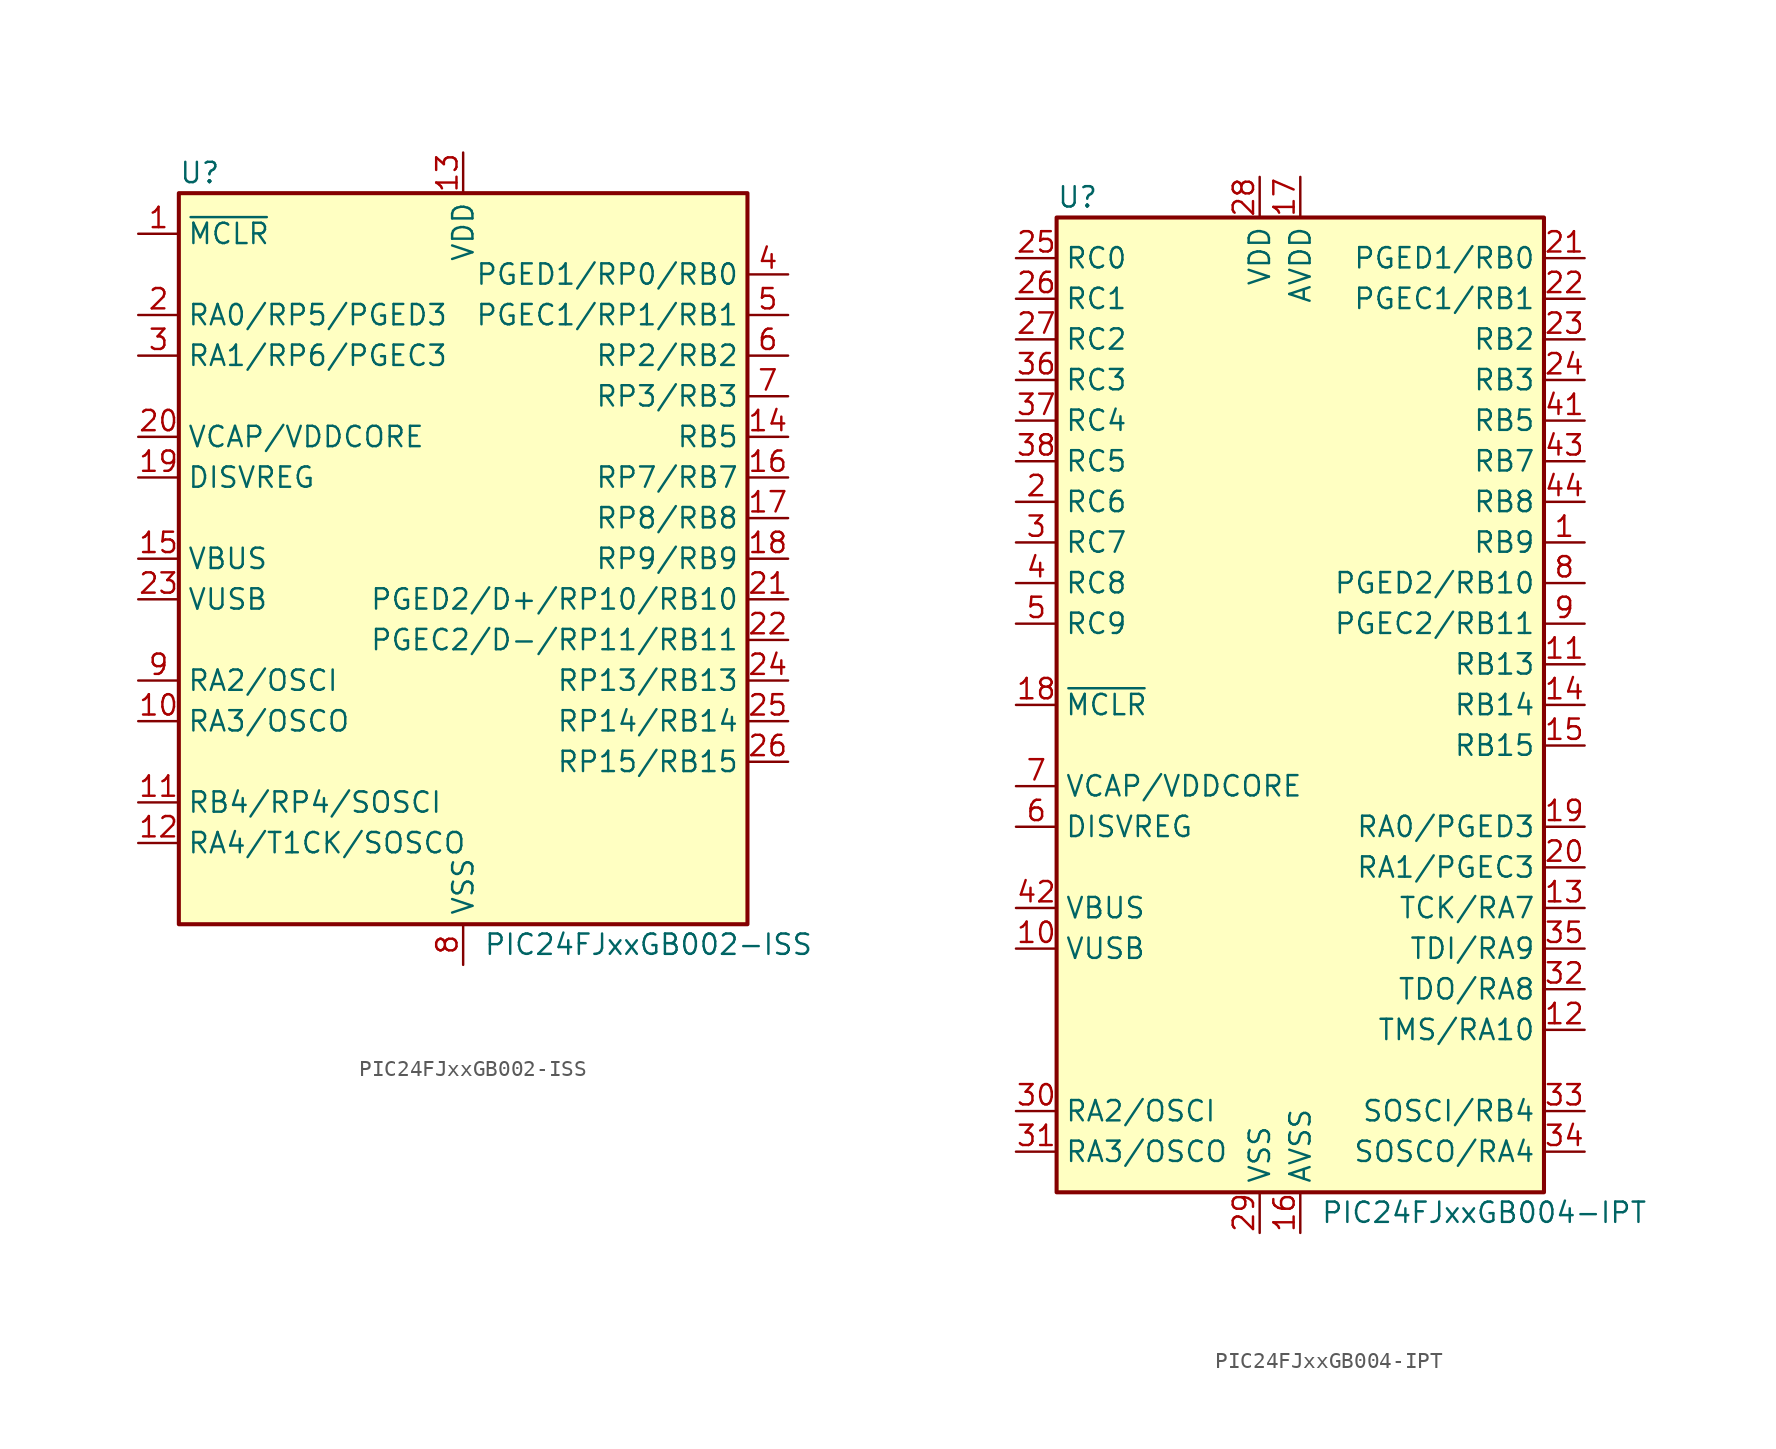
<source format=kicad_sym>
(kicad_symbol_lib
  (version 20231120)
  (generator "kicad_symbol_editor")
  (generator_version "8.0")
  (symbol "PIC24FJxxGB002-ISS"
    (property "Reference" "U"
      (at -17.78 24.13 0)
      (effects (font (size 1.27 1.27)) (justify left)))
    (property "Value" "PIC24FJxxGB002-ISS"
      (at 1.27 -24.13 0)
      (effects (font (size 1.27 1.27)) (justify left)))
    (symbol "PIC24FJxxGB002-ISS_0_1"
      (rectangle (start -17.78 -22.86) (end 17.78 22.86) (stroke (width 0.254) (type default)) (fill (type background))))
    (symbol "PIC24FJxxGB002-ISS_1_1"
      (pin input line (at -20.32 20.32 0) (length 2.54) (name "~{MCLR}" (effects (font (size 1.27 1.27)))) (number "1" (effects (font (size 1.27 1.27)))))
      (pin bidirectional line (at -20.32 -10.16 0) (length 2.54) (name "RA3/OSCO" (effects (font (size 1.27 1.27)))) (number "10" (effects (font (size 1.27 1.27)))))
      (pin bidirectional line (at -20.32 -15.24 0) (length 2.54) (name "RB4/RP4/SOSCI" (effects (font (size 1.27 1.27)))) (number "11" (effects (font (size 1.27 1.27)))))
      (pin bidirectional line (at -20.32 -17.78 0) (length 2.54) (name "RA4/T1CK/SOSCO" (effects (font (size 1.27 1.27)))) (number "12" (effects (font (size 1.27 1.27)))))
      (pin power_in line (at 0 25.4 270) (length 2.54) (name "VDD" (effects (font (size 1.27 1.27)))) (number "13" (effects (font (size 1.27 1.27)))))
      (pin bidirectional line (at 20.32 7.62 180) (length 2.54) (name "RB5" (effects (font (size 1.27 1.27)))) (number "14" (effects (font (size 1.27 1.27)))))
      (pin input line (at -20.32 0 0) (length 2.54) (name "VBUS" (effects (font (size 1.27 1.27)))) (number "15" (effects (font (size 1.27 1.27)))))
      (pin bidirectional line (at 20.32 5.08 180) (length 2.54) (name "RP7/RB7" (effects (font (size 1.27 1.27)))) (number "16" (effects (font (size 1.27 1.27)))))
      (pin bidirectional line (at 20.32 2.54 180) (length 2.54) (name "RP8/RB8" (effects (font (size 1.27 1.27)))) (number "17" (effects (font (size 1.27 1.27)))))
      (pin bidirectional line (at 20.32 0 180) (length 2.54) (name "RP9/RB9" (effects (font (size 1.27 1.27)))) (number "18" (effects (font (size 1.27 1.27)))))
      (pin input line (at -20.32 5.08 0) (length 2.54) (name "DISVREG" (effects (font (size 1.27 1.27)))) (number "19" (effects (font (size 1.27 1.27)))))
      (pin bidirectional line (at -20.32 15.24 0) (length 2.54) (name "RA0/RP5/PGED3" (effects (font (size 1.27 1.27)))) (number "2" (effects (font (size 1.27 1.27)))))
      (pin passive line (at -20.32 7.62 0) (length 2.54) (name "VCAP/VDDCORE" (effects (font (size 1.27 1.27)))) (number "20" (effects (font (size 1.27 1.27)))))
      (pin bidirectional line (at 20.32 -2.54 180) (length 2.54) (name "PGED2/D+/RP10/RB10" (effects (font (size 1.27 1.27)))) (number "21" (effects (font (size 1.27 1.27)))))
      (pin bidirectional line (at 20.32 -5.08 180) (length 2.54) (name "PGEC2/D-/RP11/RB11" (effects (font (size 1.27 1.27)))) (number "22" (effects (font (size 1.27 1.27)))))
      (pin power_in line (at -20.32 -2.54 0) (length 2.54) (name "VUSB" (effects (font (size 1.27 1.27)))) (number "23" (effects (font (size 1.27 1.27)))))
      (pin bidirectional line (at 20.32 -7.62 180) (length 2.54) (name "RP13/RB13" (effects (font (size 1.27 1.27)))) (number "24" (effects (font (size 1.27 1.27)))))
      (pin bidirectional line (at 20.32 -10.16 180) (length 2.54) (name "RP14/RB14" (effects (font (size 1.27 1.27)))) (number "25" (effects (font (size 1.27 1.27)))))
      (pin bidirectional line (at 20.32 -12.7 180) (length 2.54) (name "RP15/RB15" (effects (font (size 1.27 1.27)))) (number "26" (effects (font (size 1.27 1.27)))))
      (pin passive line (at 0 -25.4 90) (length 2.54) hide (name "VSS" (effects (font (size 1.27 1.27)))) (number "27" (effects (font (size 1.27 1.27)))))
      (pin passive line (at 0 25.4 270) (length 2.54) hide (name "VDD" (effects (font (size 1.27 1.27)))) (number "28" (effects (font (size 1.27 1.27)))))
      (pin bidirectional line (at -20.32 12.7 0) (length 2.54) (name "RA1/RP6/PGEC3" (effects (font (size 1.27 1.27)))) (number "3" (effects (font (size 1.27 1.27)))))
      (pin bidirectional line (at 20.32 17.78 180) (length 2.54) (name "PGED1/RP0/RB0" (effects (font (size 1.27 1.27)))) (number "4" (effects (font (size 1.27 1.27)))))
      (pin bidirectional line (at 20.32 15.24 180) (length 2.54) (name "PGEC1/RP1/RB1" (effects (font (size 1.27 1.27)))) (number "5" (effects (font (size 1.27 1.27)))))
      (pin bidirectional line (at 20.32 12.7 180) (length 2.54) (name "RP2/RB2" (effects (font (size 1.27 1.27)))) (number "6" (effects (font (size 1.27 1.27)))))
      (pin bidirectional line (at 20.32 10.16 180) (length 2.54) (name "RP3/RB3" (effects (font (size 1.27 1.27)))) (number "7" (effects (font (size 1.27 1.27)))))
      (pin power_in line (at 0 -25.4 90) (length 2.54) (name "VSS" (effects (font (size 1.27 1.27)))) (number "8" (effects (font (size 1.27 1.27)))))
      (pin bidirectional line (at -20.32 -7.62 0) (length 2.54) (name "RA2/OSCI" (effects (font (size 1.27 1.27)))) (number "9" (effects (font (size 1.27 1.27)))))))
  (symbol "PIC24FJxxGB004-IPT"
    (property "Reference" "U"
      (at -15.24 31.75 0)
      (effects (font (size 1.27 1.27)) (justify left)))
    (property "Value" "PIC24FJxxGB004-IPT"
      (at 1.27 -31.75 0)
      (effects (font (size 1.27 1.27)) (justify left)))
    (symbol "PIC24FJxxGB004-IPT_0_1"
      (rectangle (start -15.24 -30.48) (end 15.24 30.48) (stroke (width 0.254) (type default)) (fill (type background))))
    (symbol "PIC24FJxxGB004-IPT_1_1"
      (pin bidirectional line (at 17.78 10.16 180) (length 2.54) (name "RB9" (effects (font (size 1.27 1.27)))) (number "1" (effects (font (size 1.27 1.27)))))
      (pin power_in line (at -17.78 -15.24 0) (length 2.54) (name "VUSB" (effects (font (size 1.27 1.27)))) (number "10" (effects (font (size 1.27 1.27)))))
      (pin bidirectional line (at 17.78 2.54 180) (length 2.54) (name "RB13" (effects (font (size 1.27 1.27)))) (number "11" (effects (font (size 1.27 1.27)))))
      (pin bidirectional line (at 17.78 -20.32 180) (length 2.54) (name "TMS/RA10" (effects (font (size 1.27 1.27)))) (number "12" (effects (font (size 1.27 1.27)))))
      (pin bidirectional line (at 17.78 -12.7 180) (length 2.54) (name "TCK/RA7" (effects (font (size 1.27 1.27)))) (number "13" (effects (font (size 1.27 1.27)))))
      (pin bidirectional line (at 17.78 0 180) (length 2.54) (name "RB14" (effects (font (size 1.27 1.27)))) (number "14" (effects (font (size 1.27 1.27)))))
      (pin bidirectional line (at 17.78 -2.54 180) (length 2.54) (name "RB15" (effects (font (size 1.27 1.27)))) (number "15" (effects (font (size 1.27 1.27)))))
      (pin power_in line (at 0 -33.02 90) (length 2.54) (name "AVSS" (effects (font (size 1.27 1.27)))) (number "16" (effects (font (size 1.27 1.27)))))
      (pin power_in line (at 0 33.02 270) (length 2.54) (name "AVDD" (effects (font (size 1.27 1.27)))) (number "17" (effects (font (size 1.27 1.27)))))
      (pin input line (at -17.78 0 0) (length 2.54) (name "~{MCLR}" (effects (font (size 1.27 1.27)))) (number "18" (effects (font (size 1.27 1.27)))))
      (pin bidirectional line (at 17.78 -7.62 180) (length 2.54) (name "RA0/PGED3" (effects (font (size 1.27 1.27)))) (number "19" (effects (font (size 1.27 1.27)))))
      (pin bidirectional line (at -17.78 12.7 0) (length 2.54) (name "RC6" (effects (font (size 1.27 1.27)))) (number "2" (effects (font (size 1.27 1.27)))))
      (pin bidirectional line (at 17.78 -10.16 180) (length 2.54) (name "RA1/PGEC3" (effects (font (size 1.27 1.27)))) (number "20" (effects (font (size 1.27 1.27)))))
      (pin bidirectional line (at 17.78 27.94 180) (length 2.54) (name "PGED1/RB0" (effects (font (size 1.27 1.27)))) (number "21" (effects (font (size 1.27 1.27)))))
      (pin bidirectional line (at 17.78 25.4 180) (length 2.54) (name "PGEC1/RB1" (effects (font (size 1.27 1.27)))) (number "22" (effects (font (size 1.27 1.27)))))
      (pin bidirectional line (at 17.78 22.86 180) (length 2.54) (name "RB2" (effects (font (size 1.27 1.27)))) (number "23" (effects (font (size 1.27 1.27)))))
      (pin bidirectional line (at 17.78 20.32 180) (length 2.54) (name "RB3" (effects (font (size 1.27 1.27)))) (number "24" (effects (font (size 1.27 1.27)))))
      (pin bidirectional line (at -17.78 27.94 0) (length 2.54) (name "RC0" (effects (font (size 1.27 1.27)))) (number "25" (effects (font (size 1.27 1.27)))))
      (pin bidirectional line (at -17.78 25.4 0) (length 2.54) (name "RC1" (effects (font (size 1.27 1.27)))) (number "26" (effects (font (size 1.27 1.27)))))
      (pin bidirectional line (at -17.78 22.86 0) (length 2.54) (name "RC2" (effects (font (size 1.27 1.27)))) (number "27" (effects (font (size 1.27 1.27)))))
      (pin power_in line (at -2.54 33.02 270) (length 2.54) (name "VDD" (effects (font (size 1.27 1.27)))) (number "28" (effects (font (size 1.27 1.27)))))
      (pin power_in line (at -2.54 -33.02 90) (length 2.54) (name "VSS" (effects (font (size 1.27 1.27)))) (number "29" (effects (font (size 1.27 1.27)))))
      (pin bidirectional line (at -17.78 10.16 0) (length 2.54) (name "RC7" (effects (font (size 1.27 1.27)))) (number "3" (effects (font (size 1.27 1.27)))))
      (pin bidirectional line (at -17.78 -25.4 0) (length 2.54) (name "RA2/OSCI" (effects (font (size 1.27 1.27)))) (number "30" (effects (font (size 1.27 1.27)))))
      (pin bidirectional line (at -17.78 -27.94 0) (length 2.54) (name "RA3/OSCO" (effects (font (size 1.27 1.27)))) (number "31" (effects (font (size 1.27 1.27)))))
      (pin bidirectional line (at 17.78 -17.78 180) (length 2.54) (name "TDO/RA8" (effects (font (size 1.27 1.27)))) (number "32" (effects (font (size 1.27 1.27)))))
      (pin bidirectional line (at 17.78 -25.4 180) (length 2.54) (name "SOSCI/RB4" (effects (font (size 1.27 1.27)))) (number "33" (effects (font (size 1.27 1.27)))))
      (pin bidirectional line (at 17.78 -27.94 180) (length 2.54) (name "SOSCO/RA4" (effects (font (size 1.27 1.27)))) (number "34" (effects (font (size 1.27 1.27)))))
      (pin bidirectional line (at 17.78 -15.24 180) (length 2.54) (name "TDI/RA9" (effects (font (size 1.27 1.27)))) (number "35" (effects (font (size 1.27 1.27)))))
      (pin bidirectional line (at -17.78 20.32 0) (length 2.54) (name "RC3" (effects (font (size 1.27 1.27)))) (number "36" (effects (font (size 1.27 1.27)))))
      (pin bidirectional line (at -17.78 17.78 0) (length 2.54) (name "RC4" (effects (font (size 1.27 1.27)))) (number "37" (effects (font (size 1.27 1.27)))))
      (pin bidirectional line (at -17.78 15.24 0) (length 2.54) (name "RC5" (effects (font (size 1.27 1.27)))) (number "38" (effects (font (size 1.27 1.27)))))
      (pin passive line (at -2.54 -33.02 90) (length 2.54) hide (name "VSS" (effects (font (size 1.27 1.27)))) (number "39" (effects (font (size 1.27 1.27)))))
      (pin bidirectional line (at -17.78 7.62 0) (length 2.54) (name "RC8" (effects (font (size 1.27 1.27)))) (number "4" (effects (font (size 1.27 1.27)))))
      (pin passive line (at -2.54 33.02 270) (length 2.54) hide (name "VDD" (effects (font (size 1.27 1.27)))) (number "40" (effects (font (size 1.27 1.27)))))
      (pin bidirectional line (at 17.78 17.78 180) (length 2.54) (name "RB5" (effects (font (size 1.27 1.27)))) (number "41" (effects (font (size 1.27 1.27)))))
      (pin input line (at -17.78 -12.7 0) (length 2.54) (name "VBUS" (effects (font (size 1.27 1.27)))) (number "42" (effects (font (size 1.27 1.27)))))
      (pin bidirectional line (at 17.78 15.24 180) (length 2.54) (name "RB7" (effects (font (size 1.27 1.27)))) (number "43" (effects (font (size 1.27 1.27)))))
      (pin bidirectional line (at 17.78 12.7 180) (length 2.54) (name "RB8" (effects (font (size 1.27 1.27)))) (number "44" (effects (font (size 1.27 1.27)))))
      (pin bidirectional line (at -17.78 5.08 0) (length 2.54) (name "RC9" (effects (font (size 1.27 1.27)))) (number "5" (effects (font (size 1.27 1.27)))))
      (pin input line (at -17.78 -7.62 0) (length 2.54) (name "DISVREG" (effects (font (size 1.27 1.27)))) (number "6" (effects (font (size 1.27 1.27)))))
      (pin passive line (at -17.78 -5.08 0) (length 2.54) (name "VCAP/VDDCORE" (effects (font (size 1.27 1.27)))) (number "7" (effects (font (size 1.27 1.27)))))
      (pin bidirectional line (at 17.78 7.62 180) (length 2.54) (name "PGED2/RB10" (effects (font (size 1.27 1.27)))) (number "8" (effects (font (size 1.27 1.27)))))
      (pin bidirectional line (at 17.78 5.08 180) (length 2.54) (name "PGEC2/RB11" (effects (font (size 1.27 1.27)))) (number "9" (effects (font (size 1.27 1.27))))))))
</source>
